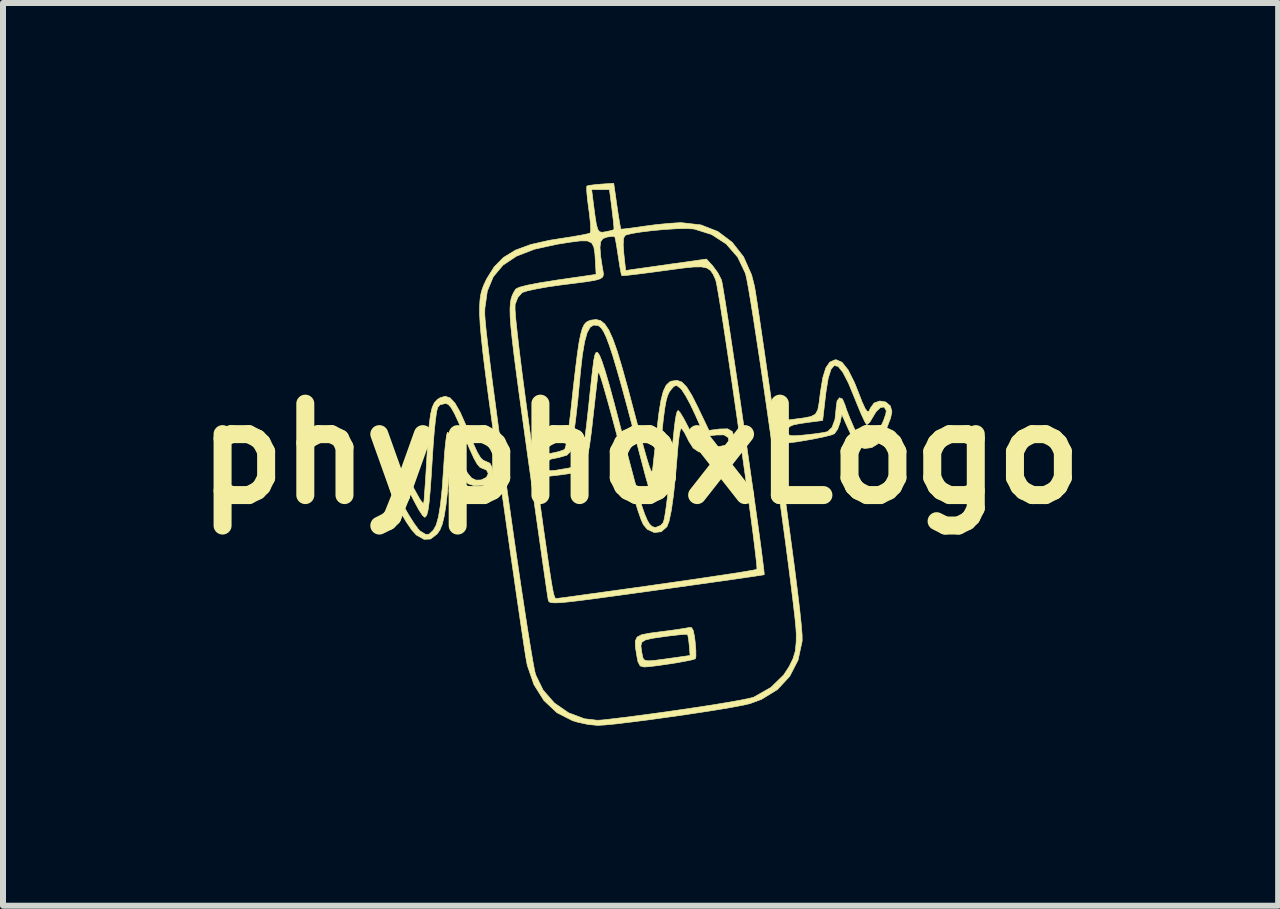
<source format=kicad_pcb>
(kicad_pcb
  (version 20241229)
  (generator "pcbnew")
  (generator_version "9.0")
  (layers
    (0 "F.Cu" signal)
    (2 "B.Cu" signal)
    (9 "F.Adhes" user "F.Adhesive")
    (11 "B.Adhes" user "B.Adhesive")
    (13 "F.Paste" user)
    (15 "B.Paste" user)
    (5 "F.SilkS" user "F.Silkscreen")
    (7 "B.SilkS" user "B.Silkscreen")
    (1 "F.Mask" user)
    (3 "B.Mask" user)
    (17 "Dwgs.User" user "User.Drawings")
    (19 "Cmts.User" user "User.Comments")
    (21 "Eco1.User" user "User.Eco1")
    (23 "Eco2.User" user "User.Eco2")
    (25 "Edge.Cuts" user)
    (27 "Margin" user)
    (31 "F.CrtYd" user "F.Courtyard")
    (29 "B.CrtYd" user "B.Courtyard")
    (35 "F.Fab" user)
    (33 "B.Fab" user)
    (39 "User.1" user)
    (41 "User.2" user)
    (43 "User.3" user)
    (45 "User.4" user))
  (footprint "phyphoxLogo"
    (layer "F.Cu")
    (at 7.627 4.513)
    (property "Reference" "phyphoxLogo" (at 0 0 0) (layer "F.SilkS") (effects (font (size 1.524 1.524) (thickness 0.3))))
    (attr through_hole)
    (fp_poly (pts (xy 0.851 2.899) (xy 0.879 2.947) (xy 0.901 3.057) (xy 0.91 3.134) (xy 0.922 3.274) (xy 0.923 3.377) (xy 0.915 3.417) (xy 0.865 3.434) (xy 0.753 3.457) (xy 0.601 3.485) (xy 0.433 3.511) (xy 0.27 3.534) (xy 0.134 3.55) (xy 0.058 3.555) (xy -0.006 3.537) (xy -0.043 3.467) (xy -0.057 3.397) (xy -0.084 3.232) (xy -0.085 3.2) (xy 0.006 3.2) (xy 0.017 3.293) (xy 0.026 3.338) (xy 0.036 3.391) (xy 0.051 3.427) (xy 0.083 3.447) (xy 0.147 3.452) (xy 0.255 3.442) (xy 0.422 3.42) (xy 0.635 3.39) (xy 0.826 3.363) (xy 0.812 3.195) (xy 0.8 3.086) (xy 0.786 3.019) (xy 0.783 3.013) (xy 0.737 3.011) (xy 0.627 3.02) (xy 0.472 3.038) (xy 0.384 3.05) (xy 0.198 3.077) (xy 0.082 3.104) (xy 0.023 3.141) (xy 0.006 3.2) (xy -0.085 3.2) (xy -0.088 3.123) (xy -0.057 3.056) (xy 0.021 3.016) (xy 0.16 2.99) (xy 0.328 2.968) (xy 0.513 2.944) (xy 0.67 2.921) (xy 0.779 2.903) (xy 0.811 2.896) (xy 0.851 2.899)) (stroke (width 0.01) (type solid)) (fill yes) (layer "F.SilkS"))
    (fp_poly (pts (xy 3.359 -1.524) (xy 3.46 -1.397) (xy 3.566 -1.186) (xy 3.622 -1.046) (xy 3.694 -0.861) (xy 3.746 -0.749) (xy 3.783 -0.702) (xy 3.81 -0.712) (xy 3.83 -0.758) (xy 3.892 -0.845) (xy 3.987 -0.879) (xy 4.086 -0.862) (xy 4.163 -0.798) (xy 4.19 -0.704) (xy 4.169 -0.598) (xy 4.115 -0.455) (xy 4.045 -0.307) (xy 3.972 -0.188) (xy 3.949 -0.16) (xy 3.853 -0.102) (xy 3.734 -0.087) (xy 3.631 -0.118) (xy 3.604 -0.141) (xy 3.562 -0.209) (xy 3.503 -0.326) (xy 3.457 -0.426) (xy 3.355 -0.655) (xy 3.326 -0.521) (xy 3.286 -0.41) (xy 3.232 -0.333) (xy 3.174 -0.311) (xy 3.059 -0.282) (xy 2.909 -0.251) (xy 2.745 -0.221) (xy 2.591 -0.196) (xy 2.467 -0.181) (xy 2.396 -0.179) (xy 2.387 -0.182) (xy 2.377 -0.225) (xy 2.359 -0.322) (xy 2.351 -0.367) (xy 2.35 -0.375) (xy 2.455 -0.375) (xy 2.46 -0.329) (xy 2.488 -0.305) (xy 2.556 -0.299) (xy 2.682 -0.308) (xy 2.756 -0.315) (xy 2.915 -0.333) (xy 3.044 -0.352) (xy 3.118 -0.368) (xy 3.119 -0.369) (xy 3.192 -0.439) (xy 3.241 -0.573) (xy 3.26 -0.755) (xy 3.26 -0.765) (xy 3.276 -0.881) (xy 3.316 -0.932) (xy 3.365 -0.913) (xy 3.406 -0.819) (xy 3.437 -0.724) (xy 3.493 -0.583) (xy 3.557 -0.435) (xy 3.627 -0.291) (xy 3.68 -0.21) (xy 3.73 -0.178) (xy 3.777 -0.177) (xy 3.855 -0.217) (xy 3.936 -0.323) (xy 3.991 -0.423) (xy 4.052 -0.556) (xy 4.089 -0.666) (xy 4.096 -0.719) (xy 4.06 -0.778) (xy 3.999 -0.77) (xy 3.927 -0.702) (xy 3.88 -0.624) (xy 3.825 -0.531) (xy 3.779 -0.487) (xy 3.767 -0.487) (xy 3.738 -0.534) (xy 3.687 -0.642) (xy 3.623 -0.793) (xy 3.575 -0.912) (xy 3.466 -1.176) (xy 3.373 -1.356) (xy 3.294 -1.455) (xy 3.228 -1.471) (xy 3.174 -1.405) (xy 3.128 -1.257) (xy 3.091 -1.028) (xy 3.083 -0.962) (xy 3.036 -0.554) (xy 2.841 -0.529) (xy 2.659 -0.503) (xy 2.545 -0.48) (xy 2.483 -0.452) (xy 2.459 -0.413) (xy 2.455 -0.375) (xy 2.35 -0.375) (xy 2.322 -0.544) (xy 2.526 -0.571) (xy 2.717 -0.596) (xy 2.84 -0.62) (xy 2.914 -0.659) (xy 2.954 -0.729) (xy 2.976 -0.845) (xy 2.998 -1.023) (xy 3.037 -1.264) (xy 3.088 -1.43) (xy 3.154 -1.527) (xy 3.241 -1.565) (xy 3.263 -1.566) (xy 3.359 -1.524)) (stroke (width 0.01) (type solid)) (fill yes) (layer "F.SilkS"))
    (fp_poly (pts (xy -3.174 -0.93) (xy -3.093 -0.843) (xy -3.005 -0.689) (xy -2.905 -0.463) (xy -2.869 -0.373) (xy -2.785 -0.165) (xy -2.721 -0.024) (xy -2.669 0.063) (xy -2.622 0.11) (xy -2.579 0.127) (xy -2.51 0.159) (xy -2.476 0.227) (xy -2.464 0.324) (xy -2.46 0.434) (xy -2.484 0.488) (xy -2.559 0.513) (xy -2.624 0.524) (xy -2.768 0.534) (xy -2.874 0.501) (xy -2.956 0.412) (xy -3.032 0.255) (xy -3.053 0.203) (xy -3.154 -0.064) (xy -3.185 0.296) (xy -3.216 0.617) (xy -3.244 0.864) (xy -3.274 1.048) (xy -3.307 1.181) (xy -3.346 1.274) (xy -3.391 1.338) (xy -3.5 1.422) (xy -3.609 1.427) (xy -3.735 1.356) (xy -3.739 1.353) (xy -3.813 1.271) (xy -3.904 1.138) (xy -3.999 0.976) (xy -4.087 0.807) (xy -4.154 0.655) (xy -4.189 0.543) (xy -4.191 0.523) (xy -4.106 0.523) (xy -4.085 0.598) (xy -4.028 0.721) (xy -3.95 0.871) (xy -3.861 1.025) (xy -3.774 1.162) (xy -3.703 1.259) (xy -3.672 1.29) (xy -3.584 1.343) (xy -3.526 1.342) (xy -3.461 1.282) (xy -3.455 1.276) (xy -3.408 1.193) (xy -3.368 1.053) (xy -3.335 0.849) (xy -3.306 0.575) (xy -3.282 0.224) (xy -3.279 0.18) (xy -3.266 -0.021) (xy -3.249 -0.189) (xy -3.233 -0.308) (xy -3.218 -0.359) (xy -3.217 -0.36) (xy -3.188 -0.333) (xy -3.139 -0.243) (xy -3.077 -0.106) (xy -3.046 -0.031) (xy -2.958 0.181) (xy -2.884 0.323) (xy -2.815 0.406) (xy -2.743 0.44) (xy -2.659 0.437) (xy -2.656 0.437) (xy -2.569 0.394) (xy -2.538 0.33) (xy -2.569 0.271) (xy -2.632 0.246) (xy -2.676 0.227) (xy -2.723 0.173) (xy -2.779 0.073) (xy -2.851 -0.084) (xy -2.939 -0.296) (xy -3.031 -0.518) (xy -3.102 -0.671) (xy -3.157 -0.768) (xy -3.203 -0.82) (xy -3.246 -0.839) (xy -3.344 -0.815) (xy -3.382 -0.77) (xy -3.399 -0.702) (xy -3.418 -0.565) (xy -3.438 -0.375) (xy -3.456 -0.146) (xy -3.47 0.069) (xy -3.49 0.391) (xy -3.508 0.638) (xy -3.525 0.818) (xy -3.542 0.941) (xy -3.561 1.016) (xy -3.583 1.052) (xy -3.601 1.058) (xy -3.638 1.023) (xy -3.698 0.931) (xy -3.768 0.801) (xy -3.772 0.794) (xy -3.844 0.653) (xy -3.907 0.54) (xy -3.945 0.479) (xy -4.009 0.448) (xy -4.078 0.469) (xy -4.106 0.523) (xy -4.191 0.523) (xy -4.191 0.52) (xy -4.157 0.426) (xy -4.106 0.381) (xy -4.002 0.359) (xy -3.9 0.412) (xy -3.797 0.544) (xy -3.74 0.647) (xy -3.679 0.757) (xy -3.633 0.82) (xy -3.615 0.826) (xy -3.608 0.771) (xy -3.599 0.647) (xy -3.586 0.467) (xy -3.572 0.246) (xy -3.56 0.032) (xy -3.541 -0.266) (xy -3.522 -0.492) (xy -3.5 -0.657) (xy -3.473 -0.772) (xy -3.437 -0.85) (xy -3.389 -0.902) (xy -3.341 -0.933) (xy -3.255 -0.958) (xy -3.174 -0.93)) (stroke (width 0.01) (type solid)) (fill yes) (layer "F.SilkS"))
    (fp_poly (pts (xy -0.665 -2.218) (xy -0.597 -2.163) (xy -0.53 -2.064) (xy -0.462 -1.914) (xy -0.388 -1.706) (xy -0.306 -1.432) (xy -0.21 -1.086) (xy -0.168 -0.928) (xy -0.071 -0.561) (xy 0.007 -0.27) (xy 0.068 -0.048) (xy 0.115 0.114) (xy 0.149 0.221) (xy 0.173 0.28) (xy 0.188 0.299) (xy 0.197 0.284) (xy 0.199 0.275) (xy 0.208 0.203) (xy 0.223 0.065) (xy 0.244 -0.12) (xy 0.266 -0.334) (xy 0.271 -0.381) (xy 0.305 -0.672) (xy 0.34 -0.889) (xy 0.379 -1.041) (xy 0.426 -1.14) (xy 0.483 -1.195) (xy 0.514 -1.209) (xy 0.607 -1.223) (xy 0.688 -1.195) (xy 0.768 -1.114) (xy 0.856 -0.972) (xy 0.951 -0.784) (xy 1.14 -0.389) (xy 1.315 -0.412) (xy 1.452 -0.415) (xy 1.53 -0.37) (xy 1.562 -0.263) (xy 1.566 -0.185) (xy 1.563 -0.113) (xy 1.54 -0.071) (xy 1.478 -0.047) (xy 1.359 -0.03) (xy 1.294 -0.023) (xy 1.102 -0.011) (xy 0.97 -0.032) (xy 0.878 -0.094) (xy 0.805 -0.208) (xy 0.784 -0.251) (xy 0.731 -0.355) (xy 0.688 -0.416) (xy 0.676 -0.423) (xy 0.66 -0.384) (xy 0.642 -0.279) (xy 0.625 -0.127) (xy 0.617 -0.032) (xy 0.584 0.364) (xy 0.549 0.692) (xy 0.513 0.946) (xy 0.476 1.123) (xy 0.44 1.217) (xy 0.345 1.3) (xy 0.229 1.314) (xy 0.114 1.261) (xy 0.047 1.182) (xy 0.01 1.1) (xy -0.042 0.951) (xy -0.104 0.752) (xy -0.172 0.52) (xy -0.231 0.304) (xy -0.347 -0.135) (xy -0.444 -0.497) (xy -0.523 -0.788) (xy -0.586 -1.013) (xy -0.634 -1.178) (xy -0.668 -1.287) (xy -0.691 -1.346) (xy -0.703 -1.361) (xy -0.706 -1.355) (xy -0.714 -1.292) (xy -0.729 -1.161) (xy -0.75 -0.98) (xy -0.774 -0.766) (xy -0.784 -0.677) (xy -0.819 -0.366) (xy -0.851 -0.128) (xy -0.886 0.047) (xy -0.931 0.169) (xy -0.991 0.251) (xy -1.073 0.301) (xy -1.184 0.331) (xy -1.328 0.352) (xy -1.386 0.359) (xy -1.651 0.389) (xy -1.657 0.258) (xy -1.661 0.197) (xy -1.566 0.197) (xy -1.564 0.246) (xy -1.546 0.274) (xy -1.499 0.284) (xy -1.407 0.275) (xy -1.255 0.249) (xy -1.137 0.228) (xy -1.081 0.206) (xy -1.035 0.159) (xy -0.996 0.076) (xy -0.962 -0.053) (xy -0.931 -0.238) (xy -0.899 -0.487) (xy -0.865 -0.796) (xy -0.841 -1.028) (xy -0.818 -1.241) (xy -0.798 -1.416) (xy -0.783 -1.532) (xy -0.78 -1.556) (xy -0.763 -1.641) (xy -0.742 -1.687) (xy -0.716 -1.688) (xy -0.683 -1.64) (xy -0.641 -1.536) (xy -0.588 -1.373) (xy -0.521 -1.144) (xy -0.44 -0.846) (xy -0.342 -0.472) (xy -0.297 -0.301) (xy -0.194 0.096) (xy -0.109 0.418) (xy -0.038 0.673) (xy 0.021 0.869) (xy 0.071 1.013) (xy 0.114 1.113) (xy 0.153 1.177) (xy 0.191 1.212) (xy 0.231 1.226) (xy 0.254 1.228) (xy 0.338 1.194) (xy 0.379 1.146) (xy 0.398 1.078) (xy 0.42 0.941) (xy 0.445 0.752) (xy 0.47 0.526) (xy 0.487 0.352) (xy 0.518 0.018) (xy 0.543 -0.241) (xy 0.563 -0.433) (xy 0.58 -0.568) (xy 0.596 -0.654) (xy 0.61 -0.702) (xy 0.625 -0.719) (xy 0.629 -0.72) (xy 0.661 -0.684) (xy 0.718 -0.591) (xy 0.788 -0.457) (xy 0.804 -0.425) (xy 0.878 -0.282) (xy 0.946 -0.171) (xy 0.995 -0.113) (xy 1.001 -0.109) (xy 1.074 -0.101) (xy 1.186 -0.106) (xy 1.31 -0.12) (xy 1.417 -0.141) (xy 1.477 -0.164) (xy 1.482 -0.172) (xy 1.461 -0.27) (xy 1.391 -0.314) (xy 1.259 -0.312) (xy 1.252 -0.311) (xy 1.073 -0.287) (xy 0.911 -0.651) (xy 0.831 -0.82) (xy 0.753 -0.965) (xy 0.688 -1.065) (xy 0.667 -1.089) (xy 0.604 -1.137) (xy 0.558 -1.125) (xy 0.509 -1.07) (xy 0.476 -1.023) (xy 0.449 -0.962) (xy 0.426 -0.878) (xy 0.404 -0.758) (xy 0.382 -0.591) (xy 0.358 -0.366) (xy 0.33 -0.071) (xy 0.321 0.035) (xy 0.293 0.33) (xy 0.268 0.542) (xy 0.244 0.671) (xy 0.217 0.718) (xy 0.183 0.684) (xy 0.14 0.571) (xy 0.084 0.379) (xy 0.016 0.12) (xy -0.113 -0.37) (xy -0.223 -0.785) (xy -0.317 -1.131) (xy -0.397 -1.412) (xy -0.464 -1.637) (xy -0.522 -1.811) (xy -0.571 -1.941) (xy -0.614 -2.033) (xy -0.652 -2.092) (xy -0.689 -2.126) (xy -0.708 -2.136) (xy -0.78 -2.145) (xy -0.84 -2.108) (xy -0.89 -2.018) (xy -0.932 -1.867) (xy -0.969 -1.648) (xy -1.002 -1.355) (xy -1.016 -1.206) (xy -1.046 -0.885) (xy -1.079 -0.594) (xy -1.111 -0.345) (xy -1.141 -0.154) (xy -1.168 -0.034) (xy -1.168 -0.034) (xy -1.229 0.025) (xy -1.368 0.065) (xy -1.378 0.066) (xy -1.496 0.09) (xy -1.551 0.125) (xy -1.566 0.186) (xy -1.566 0.197) (xy -1.661 0.197) (xy -1.663 0.148) (xy -1.668 0.075) (xy -1.633 0.037) (xy -1.536 0.002) (xy -1.485 -0.008) (xy -1.363 -0.035) (xy -1.279 -0.065) (xy -1.263 -0.075) (xy -1.246 -0.128) (xy -1.224 -0.248) (xy -1.198 -0.42) (xy -1.172 -0.628) (xy -1.164 -0.7) (xy -1.122 -1.093) (xy -1.085 -1.41) (xy -1.054 -1.659) (xy -1.026 -1.85) (xy -0.998 -1.99) (xy -0.97 -2.088) (xy -0.939 -2.153) (xy -0.904 -2.192) (xy -0.862 -2.215) (xy -0.822 -2.227) (xy -0.739 -2.237) (xy -0.665 -2.218)) (stroke (width 0.01) (type solid)) (fill yes) (layer "F.SilkS"))
    (fp_poly (pts (xy -0.393 -4.131) (xy -0.368 -3.963) (xy -0.346 -3.832) (xy -0.332 -3.755) (xy -0.328 -3.744) (xy -0.284 -3.746) (xy -0.176 -3.759) (xy -0.023 -3.78) (xy 0.064 -3.793) (xy 0.27 -3.82) (xy 0.479 -3.84) (xy 0.652 -3.851) (xy 0.686 -3.851) (xy 1.007 -3.814) (xy 1.289 -3.704) (xy 1.527 -3.525) (xy 1.717 -3.283) (xy 1.851 -2.982) (xy 1.899 -2.794) (xy 1.913 -2.712) (xy 1.938 -2.554) (xy 1.972 -2.328) (xy 2.014 -2.041) (xy 2.064 -1.701) (xy 2.119 -1.316) (xy 2.18 -0.894) (xy 2.244 -0.443) (xy 2.311 0.03) (xy 2.33 0.169) (xy 2.421 0.817) (xy 2.498 1.383) (xy 2.563 1.868) (xy 2.614 2.272) (xy 2.653 2.599) (xy 2.679 2.848) (xy 2.693 3.02) (xy 2.694 3.118) (xy 2.694 3.122) (xy 2.626 3.439) (xy 2.487 3.71) (xy 2.283 3.93) (xy 2.017 4.094) (xy 1.822 4.166) (xy 1.706 4.192) (xy 1.522 4.227) (xy 1.286 4.267) (xy 1.011 4.31) (xy 0.713 4.355) (xy 0.408 4.398) (xy 0.11 4.439) (xy -0.166 4.474) (xy -0.404 4.503) (xy -0.591 4.521) (xy -0.71 4.528) (xy -0.715 4.528) (xy -0.873 4.513) (xy -1.053 4.474) (xy -1.135 4.449) (xy -1.395 4.316) (xy -1.61 4.114) (xy -1.776 3.851) (xy -1.886 3.533) (xy -1.899 3.471) (xy -1.913 3.389) (xy -1.938 3.231) (xy -1.972 3.005) (xy -2.014 2.718) (xy -2.064 2.378) (xy -2.119 1.993) (xy -2.18 1.572) (xy -2.244 1.12) (xy -2.311 0.647) (xy -2.331 0.508) (xy -2.412 -0.071) (xy -2.482 -0.572) (xy -2.541 -1.002) (xy -2.589 -1.368) (xy -2.627 -1.675) (xy -2.654 -1.931) (xy -2.673 -2.142) (xy -2.682 -2.314) (xy -2.683 -2.328) (xy -2.597 -2.328) (xy -2.59 -2.226) (xy -2.573 -2.049) (xy -2.545 -1.808) (xy -2.509 -1.511) (xy -2.465 -1.167) (xy -2.414 -0.785) (xy -2.359 -0.372) (xy -2.3 0.061) (xy -2.238 0.506) (xy -2.174 0.954) (xy -2.111 1.397) (xy -2.049 1.825) (xy -1.989 2.231) (xy -1.932 2.604) (xy -1.881 2.937) (xy -1.835 3.221) (xy -1.797 3.446) (xy -1.768 3.604) (xy -1.749 3.684) (xy -1.624 3.94) (xy -1.436 4.155) (xy -1.201 4.318) (xy -0.935 4.418) (xy -0.72 4.443) (xy -0.639 4.438) (xy -0.488 4.421) (xy -0.278 4.396) (xy -0.021 4.363) (xy 0.269 4.324) (xy 0.581 4.28) (xy 0.595 4.278) (xy 0.906 4.232) (xy 1.195 4.188) (xy 1.45 4.146) (xy 1.658 4.109) (xy 1.807 4.079) (xy 1.885 4.059) (xy 1.887 4.058) (xy 2.172 3.896) (xy 2.386 3.687) (xy 2.475 3.551) (xy 2.542 3.415) (xy 2.579 3.292) (xy 2.594 3.146) (xy 2.596 3.007) (xy 2.59 2.906) (xy 2.573 2.731) (xy 2.545 2.491) (xy 2.509 2.195) (xy 2.465 1.851) (xy 2.415 1.469) (xy 2.359 1.058) (xy 2.3 0.625) (xy 2.238 0.181) (xy 2.175 -0.267) (xy 2.112 -0.71) (xy 2.05 -1.139) (xy 1.99 -1.544) (xy 1.933 -1.918) (xy 1.882 -2.252) (xy 1.836 -2.537) (xy 1.798 -2.763) (xy 1.768 -2.923) (xy 1.749 -3.005) (xy 1.62 -3.276) (xy 1.428 -3.496) (xy 1.185 -3.654) (xy 0.902 -3.743) (xy 0.88 -3.747) (xy 0.764 -3.754) (xy 0.598 -3.75) (xy 0.402 -3.738) (xy 0.198 -3.719) (xy 0.009 -3.696) (xy -0.145 -3.671) (xy -0.242 -3.646) (xy -0.256 -3.64) (xy -0.283 -3.591) (xy -0.289 -3.483) (xy -0.278 -3.331) (xy -0.248 -3.054) (xy -0.113 -3.074) (xy -0.02 -3.087) (xy 0.136 -3.109) (xy 0.333 -3.137) (xy 0.549 -3.168) (xy 0.56 -3.169) (xy 1.099 -3.245) (xy 1.199 -3.136) (xy 1.286 -3.019) (xy 1.348 -2.9) (xy 1.361 -2.842) (xy 1.383 -2.712) (xy 1.415 -2.517) (xy 1.454 -2.267) (xy 1.499 -1.971) (xy 1.549 -1.637) (xy 1.603 -1.275) (xy 1.659 -0.894) (xy 1.716 -0.502) (xy 1.773 -0.109) (xy 1.828 0.276) (xy 1.881 0.645) (xy 1.929 0.988) (xy 1.972 1.297) (xy 2.008 1.562) (xy 2.035 1.774) (xy 2.054 1.925) (xy 2.062 2.006) (xy 2.061 2.017) (xy 2.019 2.024) (xy 1.901 2.042) (xy 1.717 2.069) (xy 1.475 2.104) (xy 1.184 2.145) (xy 0.852 2.192) (xy 0.488 2.243) (xy 0.267 2.274) (xy -0.167 2.334) (xy -0.524 2.383) (xy -0.812 2.422) (xy -1.039 2.451) (xy -1.212 2.471) (xy -1.338 2.483) (xy -1.426 2.486) (xy -1.482 2.483) (xy -1.515 2.474) (xy -1.531 2.459) (xy -1.538 2.439) (xy -1.539 2.436) (xy -1.548 2.379) (xy -1.568 2.246) (xy -1.597 2.045) (xy -1.635 1.783) (xy -1.679 1.469) (xy -1.73 1.111) (xy -1.786 0.715) (xy -1.845 0.291) (xy -1.887 -0.009) (xy -1.959 -0.53) (xy -2.02 -0.973) (xy -2.07 -1.346) (xy -2.11 -1.656) (xy -2.14 -1.91) (xy -2.161 -2.114) (xy -2.173 -2.276) (xy -2.176 -2.402) (xy -2.176 -2.406) (xy -2.092 -2.406) (xy -2.08 -2.249) (xy -2.055 -2.016) (xy -2.02 -1.71) (xy -1.973 -1.335) (xy -1.915 -0.895) (xy -1.847 -0.394) (xy -1.8 -0.058) (xy -1.728 0.459) (xy -1.666 0.898) (xy -1.615 1.266) (xy -1.571 1.569) (xy -1.536 1.813) (xy -1.507 2.005) (xy -1.484 2.151) (xy -1.465 2.257) (xy -1.45 2.33) (xy -1.437 2.375) (xy -1.426 2.4) (xy -1.416 2.411) (xy -1.405 2.413) (xy -1.401 2.413) (xy -1.352 2.407) (xy -1.229 2.391) (xy -1.04 2.365) (xy -0.796 2.331) (xy -0.504 2.291) (xy -0.175 2.245) (xy 0.183 2.195) (xy 0.276 2.181) (xy 0.639 2.13) (xy 0.975 2.081) (xy 1.275 2.036) (xy 1.53 1.998) (xy 1.732 1.966) (xy 1.869 1.942) (xy 1.935 1.929) (xy 1.939 1.927) (xy 1.939 1.881) (xy 1.927 1.761) (xy 1.905 1.574) (xy 1.875 1.332) (xy 1.837 1.042) (xy 1.793 0.714) (xy 1.744 0.356) (xy 1.691 -0.021) (xy 1.636 -0.409) (xy 1.58 -0.799) (xy 1.525 -1.182) (xy 1.471 -1.548) (xy 1.42 -1.889) (xy 1.373 -2.196) (xy 1.332 -2.458) (xy 1.297 -2.668) (xy 1.271 -2.816) (xy 1.254 -2.893) (xy 1.252 -2.899) (xy 1.211 -2.99) (xy 1.167 -3.055) (xy 1.107 -3.095) (xy 1.018 -3.114) (xy 0.888 -3.113) (xy 0.703 -3.094) (xy 0.45 -3.06) (xy 0.377 -3.05) (xy 0.148 -3.019) (xy -0.05 -2.994) (xy -0.202 -2.976) (xy -0.294 -2.969) (xy -0.314 -2.969) (xy -0.326 -3.016) (xy -0.346 -3.124) (xy -0.369 -3.272) (xy -0.373 -3.296) (xy -0.396 -3.447) (xy -0.416 -3.562) (xy -0.43 -3.618) (xy -0.431 -3.62) (xy -0.478 -3.623) (xy -0.561 -3.611) (xy -0.627 -3.586) (xy -0.665 -3.533) (xy -0.676 -3.437) (xy -0.664 -3.284) (xy -0.639 -3.121) (xy -0.625 -3.043) (xy -0.618 -2.986) (xy -0.631 -2.945) (xy -0.674 -2.915) (xy -0.758 -2.891) (xy -0.894 -2.868) (xy -1.093 -2.842) (xy -1.333 -2.812) (xy -1.548 -2.781) (xy -1.738 -2.747) (xy -1.885 -2.715) (xy -1.969 -2.688) (xy -1.974 -2.685) (xy -2.045 -2.605) (xy -2.091 -2.487) (xy -2.091 -2.484) (xy -2.092 -2.406) (xy -2.176 -2.406) (xy -2.171 -2.5) (xy -2.159 -2.576) (xy -2.14 -2.636) (xy -2.115 -2.689) (xy -2.083 -2.74) (xy -2.08 -2.745) (xy -2.023 -2.774) (xy -1.889 -2.809) (xy -1.686 -2.848) (xy -1.422 -2.89) (xy -1.392 -2.895) (xy -0.741 -2.989) (xy -0.751 -3.177) (xy -0.761 -3.337) (xy -0.779 -3.448) (xy -0.816 -3.515) (xy -0.887 -3.547) (xy -1.005 -3.548) (xy -1.182 -3.525) (xy -1.394 -3.491) (xy -1.768 -3.409) (xy -2.066 -3.294) (xy -2.294 -3.142) (xy -2.455 -2.949) (xy -2.554 -2.711) (xy -2.595 -2.422) (xy -2.597 -2.328) (xy -2.683 -2.328) (xy -2.683 -2.453) (xy -2.676 -2.567) (xy -2.662 -2.661) (xy -2.64 -2.742) (xy -2.611 -2.817) (xy -2.576 -2.891) (xy -2.564 -2.916) (xy -2.44 -3.114) (xy -2.285 -3.271) (xy -2.086 -3.393) (xy -1.832 -3.487) (xy -1.512 -3.559) (xy -1.346 -3.585) (xy -1.153 -3.615) (xy -0.992 -3.643) (xy -0.881 -3.666) (xy -0.838 -3.68) (xy -0.83 -3.73) (xy -0.836 -3.843) (xy -0.852 -3.999) (xy -0.863 -4.076) (xy -0.885 -4.243) (xy -0.897 -4.375) (xy -0.897 -4.403) (xy -0.815 -4.403) (xy -0.787 -4.18) (xy -0.759 -3.967) (xy -0.737 -3.825) (xy -0.713 -3.74) (xy -0.683 -3.7) (xy -0.641 -3.691) (xy -0.581 -3.7) (xy -0.58 -3.7) (xy -0.487 -3.721) (xy -0.443 -3.736) (xy -0.443 -3.736) (xy -0.444 -3.78) (xy -0.454 -3.887) (xy -0.472 -4.035) (xy -0.476 -4.075) (xy -0.518 -4.403) (xy -0.815 -4.403) (xy -0.897 -4.403) (xy -0.897 -4.452) (xy -0.893 -4.463) (xy -0.839 -4.475) (xy -0.731 -4.488) (xy -0.658 -4.494) (xy -0.447 -4.508) (xy -0.393 -4.131)) (stroke (width 0.01) (type solid)) (fill yes) (layer "F.SilkS")))
  (gr_rect
    (start -3 -3)
    (end 18.255 12.047)
    (stroke (width 0.1) (type default))
    (fill no)
    (layer "Edge.Cuts")))
</source>
